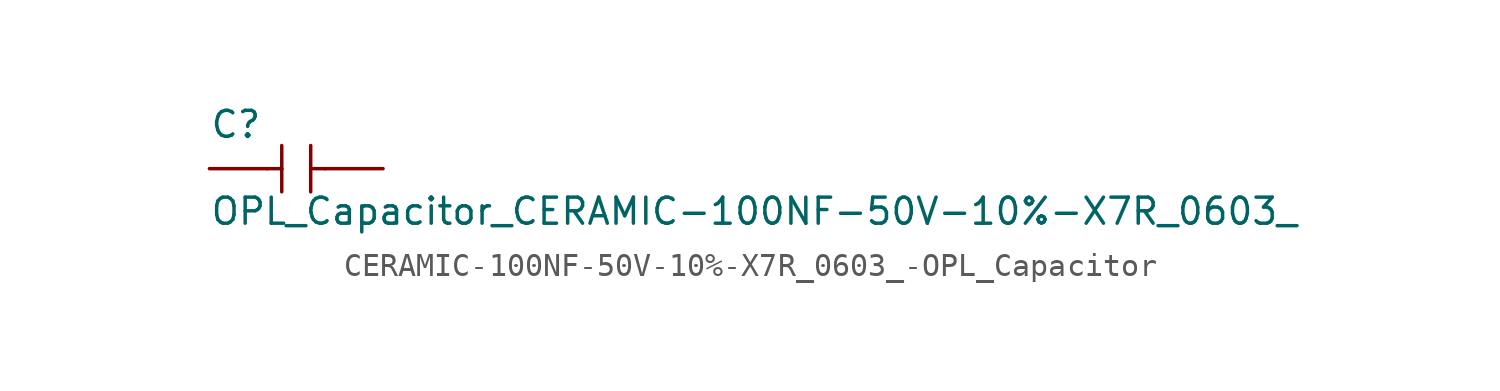
<source format=kicad_sym>
(kicad_symbol_lib
  (version 20220914)
  (generator kicad_symbol_editor)
  (symbol "CERAMIC-100NF-50V-10%-X7R_0603_-OPL_Capacitor"
    (pin_numbers hide)
    (pin_names
      (offset 1.016) hide)
    (property "Reference" "C"
      (at -3.81 1.27 0)
      (effects (font (size 1.143 1.143)) (justify left bottom)))
    (property "Value" "OPL_Capacitor_CERAMIC-100NF-50V-10%-X7R_0603_"
      (at -3.81 -2.54 0)
      (effects (font (size 1.143 1.143)) (justify left bottom)))
    (property "ki_locked" ""
      (at 0 0 0)
      (effects (font (size 1.27 1.27))))
    (symbol "CERAMIC-100NF-50V-10%-X7R_0603_-OPL_Capacitor_1_0"
      (polyline (pts (xy -1.27 0) (xy -0.635 0)) (stroke (width 0) (type solid)) (fill (type none)))
      (polyline (pts (xy -0.635 -1.016) (xy -0.635 0)) (stroke (width 0) (type solid)) (fill (type none)))
      (polyline (pts (xy -0.635 0) (xy -0.635 1.016)) (stroke (width 0) (type solid)) (fill (type none)))
      (polyline (pts (xy 0.635 0) (xy 0.635 -1.016)) (stroke (width 0) (type solid)) (fill (type none)))
      (polyline (pts (xy 0.635 0) (xy 1.27 0)) (stroke (width 0) (type solid)) (fill (type none)))
      (polyline (pts (xy 0.635 1.016) (xy 0.635 0)) (stroke (width 0) (type solid)) (fill (type none))))
    (symbol "CERAMIC-100NF-50V-10%-X7R_0603_-OPL_Capacitor_1_1"
      (pin passive line (at -3.81 0 0) (length 2.54) (name "1" (effects (font (size 1.016 1.016)))) (number "1" (effects (font (size 1.016 1.016)))))
      (pin passive line (at 3.81 0 180) (length 2.54) (name "2" (effects (font (size 1.016 1.016)))) (number "2" (effects (font (size 1.016 1.016))))))))
</source>
